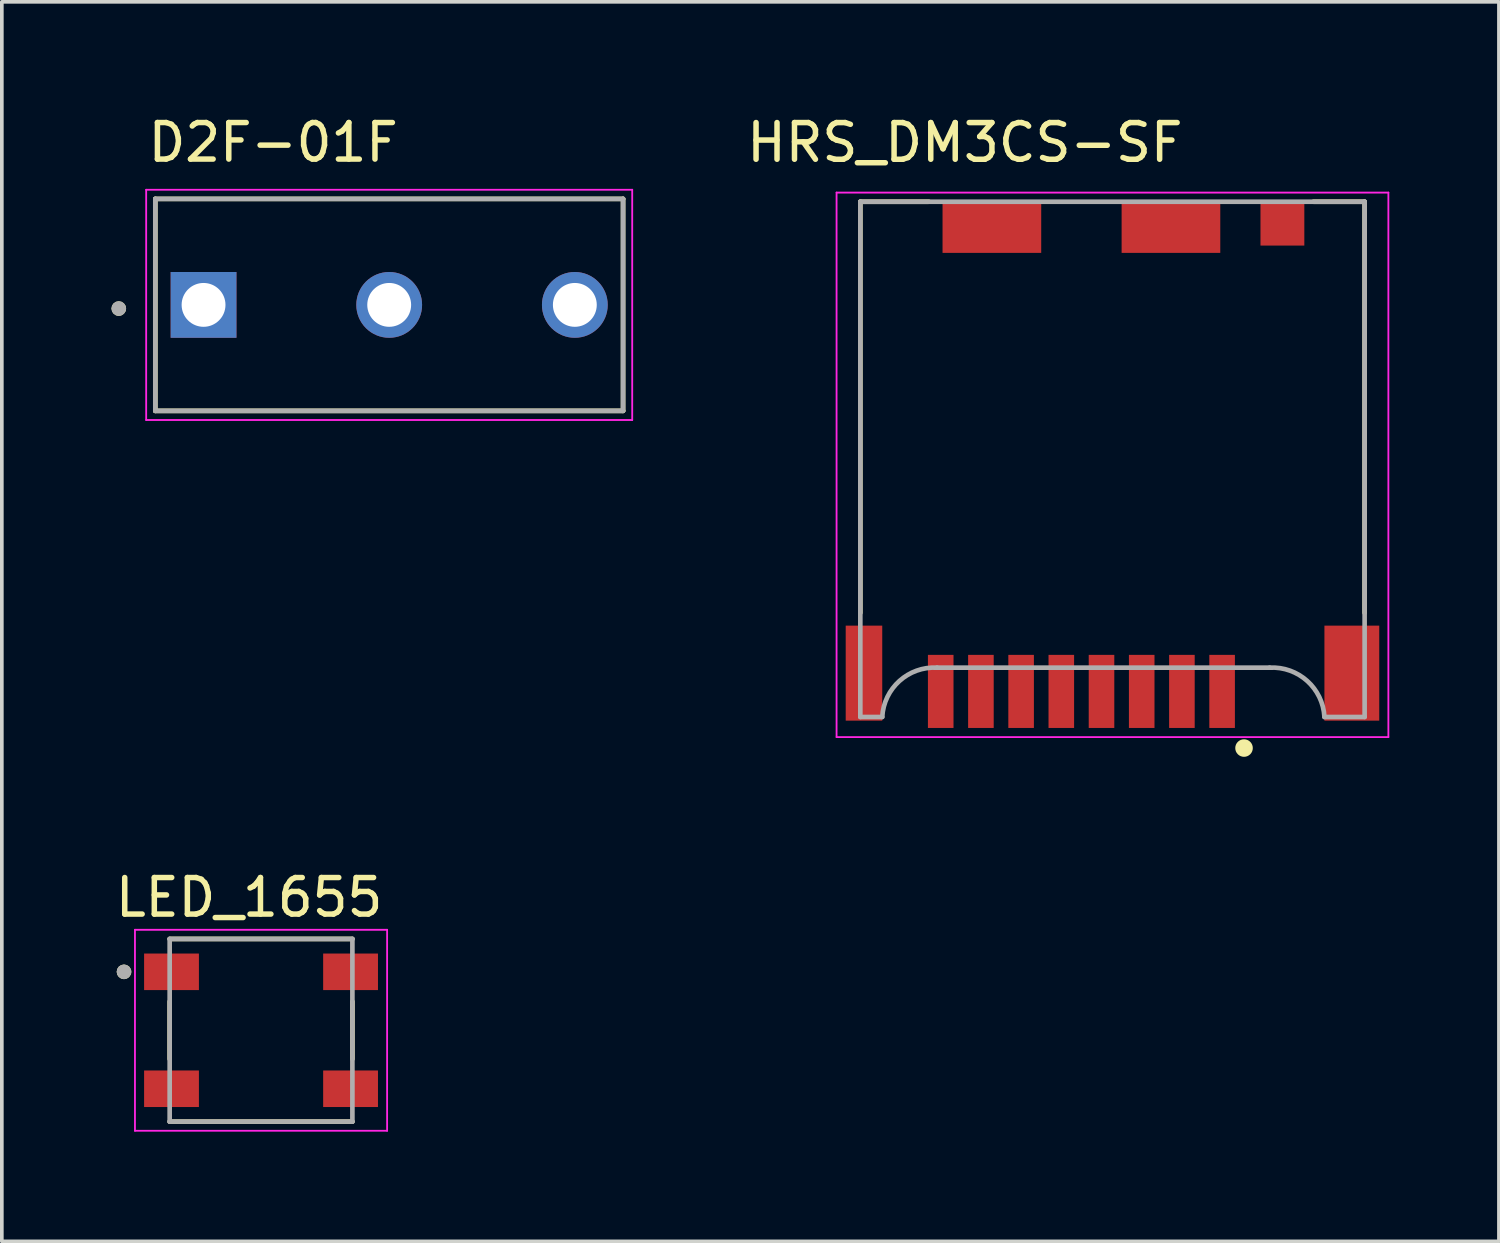
<source format=kicad_pcb>
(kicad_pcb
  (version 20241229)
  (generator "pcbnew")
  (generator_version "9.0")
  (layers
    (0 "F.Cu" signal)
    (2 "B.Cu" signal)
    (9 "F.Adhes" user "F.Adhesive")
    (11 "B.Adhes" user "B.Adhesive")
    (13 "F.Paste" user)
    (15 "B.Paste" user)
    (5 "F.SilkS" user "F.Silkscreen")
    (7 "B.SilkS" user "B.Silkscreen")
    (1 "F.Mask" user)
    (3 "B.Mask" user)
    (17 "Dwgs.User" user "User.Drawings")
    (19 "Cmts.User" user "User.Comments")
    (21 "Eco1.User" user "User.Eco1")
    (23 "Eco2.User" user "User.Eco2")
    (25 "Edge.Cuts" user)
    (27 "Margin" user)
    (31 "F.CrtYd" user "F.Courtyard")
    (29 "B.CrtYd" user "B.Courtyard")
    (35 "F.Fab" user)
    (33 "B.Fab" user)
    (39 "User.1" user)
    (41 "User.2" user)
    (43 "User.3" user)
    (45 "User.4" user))
  (footprint "D2F-01F"
    (layer "F.Cu")
    (at 7.6 5.293)
    (property "Reference" "D2F-01F" (at -3.175 -4.445 0) (layer "F.SilkS") (effects (font (size 1 1) (thickness 0.15))))
    (attr through_hole)
    (fp_line (start -6.4 -2.9) (end 6.4 -2.9) (stroke (width 0.127) (type solid)) (layer "F.SilkS"))
    (fp_line (start -6.4 2.9) (end -6.4 -2.9) (stroke (width 0.127) (type solid)) (layer "F.SilkS"))
    (fp_line (start 6.4 -2.9) (end 6.4 2.9) (stroke (width 0.127) (type solid)) (layer "F.SilkS"))
    (fp_line (start 6.4 2.9) (end -6.4 2.9) (stroke (width 0.127) (type solid)) (layer "F.SilkS"))
    (fp_circle (center -7.4 0.1) (end -7.3 0.1) (stroke (width 0.2) (type solid)) (fill no) (layer "F.SilkS"))
    (fp_line (start -6.65 -3.15) (end 6.65 -3.15) (stroke (width 0.05) (type solid)) (layer "F.CrtYd"))
    (fp_line (start -6.65 3.15) (end -6.65 -3.15) (stroke (width 0.05) (type solid)) (layer "F.CrtYd"))
    (fp_line (start 6.65 -3.15) (end 6.65 3.15) (stroke (width 0.05) (type solid)) (layer "F.CrtYd"))
    (fp_line (start 6.65 3.15) (end -6.65 3.15) (stroke (width 0.05) (type solid)) (layer "F.CrtYd"))
    (fp_line (start -6.4 -2.9) (end 6.4 -2.9) (stroke (width 0.127) (type solid)) (layer "F.Fab"))
    (fp_line (start -6.4 2.9) (end -6.4 -2.9) (stroke (width 0.127) (type solid)) (layer "F.Fab"))
    (fp_line (start 6.4 -2.9) (end 6.4 2.9) (stroke (width 0.127) (type solid)) (layer "F.Fab"))
    (fp_line (start 6.4 2.9) (end -6.4 2.9) (stroke (width 0.127) (type solid)) (layer "F.Fab"))
    (fp_circle (center -7.4 0.1) (end -7.3 0.1) (stroke (width 0.2) (type solid)) (fill no) (layer "F.Fab"))
    (pad "1" thru_hole rect (at -5.08 0) (size 1.8 1.8) (drill 1.2) (layers "*.Cu" "*.Mask"))
    (pad "2" thru_hole circle (at 0 0) (size 1.8 1.8) (drill 1.2) (layers "*.Cu" "*.Mask"))
    (pad "3" thru_hole circle (at 5.08 0) (size 1.8 1.8) (drill 1.2) (layers "*.Cu" "*.Mask")))
  (footprint "LED_1655"
    (layer "F.Cu")
    (at 4.093 25.143)
    (property "Reference" "LED_1655" (at -0.325 -3.635 0) (layer "F.SilkS") (effects (font (size 1 1) (thickness 0.15))))
    (attr smd)
    (fp_line (start -2.5 0.786) (end -2.5 -0.786) (stroke (width 0.127) (type solid)) (layer "F.SilkS"))
    (fp_line (start -2.5 2.5) (end 2.5 2.5) (stroke (width 0.127) (type solid)) (layer "F.SilkS"))
    (fp_line (start 2.5 -2.5) (end -2.5 -2.5) (stroke (width 0.127) (type solid)) (layer "F.SilkS"))
    (fp_line (start 2.5 0.786) (end 2.5 -0.786) (stroke (width 0.127) (type solid)) (layer "F.SilkS"))
    (fp_circle (center -3.75 -1.6) (end -3.65 -1.6) (stroke (width 0.2) (type solid)) (fill no) (layer "F.SilkS"))
    (fp_line (start -3.45 -2.75) (end 3.45 -2.75) (stroke (width 0.05) (type solid)) (layer "F.CrtYd"))
    (fp_line (start -3.45 2.75) (end -3.45 -2.75) (stroke (width 0.05) (type solid)) (layer "F.CrtYd"))
    (fp_line (start 3.45 -2.75) (end 3.45 2.75) (stroke (width 0.05) (type solid)) (layer "F.CrtYd"))
    (fp_line (start 3.45 2.75) (end -3.45 2.75) (stroke (width 0.05) (type solid)) (layer "F.CrtYd"))
    (fp_line (start -2.5 -2.5) (end -2.5 2.5) (stroke (width 0.127) (type solid)) (layer "F.Fab"))
    (fp_line (start -2.5 2.5) (end 2.5 2.5) (stroke (width 0.127) (type solid)) (layer "F.Fab"))
    (fp_line (start 2.5 -2.5) (end -2.5 -2.5) (stroke (width 0.127) (type solid)) (layer "F.Fab"))
    (fp_line (start 2.5 2.5) (end 2.5 -2.5) (stroke (width 0.127) (type solid)) (layer "F.Fab"))
    (fp_circle (center -3.75 -1.6) (end -3.65 -1.6) (stroke (width 0.2) (type solid)) (fill no) (layer "F.Fab"))
    (pad "1" smd rect (at -2.45 -1.6) (size 1.5 1) (layers "F.Cu" "F.Mask" "F.Paste"))
    (pad "2" smd rect (at -2.45 1.6) (size 1.5 1) (layers "F.Cu" "F.Mask" "F.Paste"))
    (pad "3" smd rect (at 2.45 1.6) (size 1.5 1) (layers "F.Cu" "F.Mask" "F.Paste"))
    (pad "4" smd rect (at 2.45 -1.6) (size 1.5 1) (layers "F.Cu" "F.Mask" "F.Paste")))
  (footprint "HRS_DM3CS-SF"
    (layer "F.Cu")
    (at 27.192 9.52)
    (property "Reference" "HRS_DM3CS-SF" (at -3.84 -8.669 0) (layer "F.SilkS") (effects (font (size 1.004 1.004) (thickness 0.15))))
    (attr smd)
    (fp_line (start -6.7 -7.05) (end -4.826 -7.05) (stroke (width 0.127) (type solid)) (layer "F.SilkS"))
    (fp_line (start -6.7 4.2) (end -6.7 -7.05) (stroke (width 0.127) (type solid)) (layer "F.SilkS"))
    (fp_line (start 7.1 -7.05) (end 5.7 -7.05) (stroke (width 0.127) (type solid)) (layer "F.SilkS"))
    (fp_line (start 7.1 -7.05) (end 7.1 4.2) (stroke (width 0.127) (type solid)) (layer "F.SilkS"))
    (fp_circle (center 3.8 7.9) (end 3.92 7.9) (stroke (width 0.24) (type solid)) (fill no) (layer "F.SilkS"))
    (fp_line (start -7.35 -7.3) (end -7.35 7.6) (stroke (width 0.05) (type solid)) (layer "F.CrtYd"))
    (fp_line (start -7.35 7.6) (end 7.75 7.6) (stroke (width 0.05) (type solid)) (layer "F.CrtYd"))
    (fp_line (start 7.75 -7.3) (end -7.35 -7.3) (stroke (width 0.05) (type solid)) (layer "F.CrtYd"))
    (fp_line (start 7.75 7.6) (end 7.75 -7.3) (stroke (width 0.05) (type solid)) (layer "F.CrtYd"))
    (fp_line (start -6.7 -7.05) (end 7.1 -7.05) (stroke (width 0.127) (type solid)) (layer "F.Fab"))
    (fp_line (start -6.7 7.05) (end -6.7 -7.05) (stroke (width 0.127) (type solid)) (layer "F.Fab"))
    (fp_line (start -6.1 7.05) (end -6.7 7.05) (stroke (width 0.127) (type solid)) (layer "F.Fab"))
    (fp_line (start 4.5 5.7) (end -4.6 5.7) (stroke (width 0.127) (type solid)) (layer "F.Fab"))
    (fp_line (start 7.1 -7.05) (end 7.1 7.05) (stroke (width 0.127) (type solid)) (layer "F.Fab"))
    (fp_line (start 7.1 7.05) (end 6 7.05) (stroke (width 0.127) (type solid)) (layer "F.Fab"))
    (fp_arc (start -6.1 7.05) (mid -5.629594 6.06434) (end -4.6 5.7) (stroke (width 0.127) (type solid)) (layer "F.Fab"))
    (fp_arc (start 4.5 5.7) (mid 5.529594 6.06434) (end 6 7.05) (stroke (width 0.127) (type solid)) (layer "F.Fab"))
    (pad "1" smd rect (at 3.2 6.35) (size 0.7 2) (layers "F.Cu" "F.Mask" "F.Paste"))
    (pad "2" smd rect (at 2.1 6.35) (size 0.7 2) (layers "F.Cu" "F.Mask" "F.Paste"))
    (pad "3" smd rect (at 1 6.35) (size 0.7 2) (layers "F.Cu" "F.Mask" "F.Paste"))
    (pad "4" smd rect (at -0.1 6.35) (size 0.7 2) (layers "F.Cu" "F.Mask" "F.Paste"))
    (pad "5" smd rect (at -1.2 6.35) (size 0.7 2) (layers "F.Cu" "F.Mask" "F.Paste"))
    (pad "6" smd rect (at -2.3 6.35) (size 0.7 2) (layers "F.Cu" "F.Mask" "F.Paste"))
    (pad "7" smd rect (at -3.4 6.35) (size 0.7 2) (layers "F.Cu" "F.Mask" "F.Paste"))
    (pad "8" smd rect (at -4.5 6.35) (size 0.7 2) (layers "F.Cu" "F.Mask" "F.Paste"))
    (pad "9" smd rect (at 1.8 -6.35) (size 2.7 1.4) (layers "F.Cu" "F.Mask" "F.Paste"))
    (pad "S1" smd rect (at -6.6 5.85) (size 1 2.6) (layers "F.Cu" "F.Mask" "F.Paste"))
    (pad "S2" smd rect (at 6.75 5.85) (size 1.5 2.6) (layers "F.Cu" "F.Mask" "F.Paste"))
    (pad "S3" smd rect (at -3.1 -6.35) (size 2.7 1.4) (layers "F.Cu" "F.Mask" "F.Paste"))
    (pad "S5" smd rect (at 4.85 -6.45) (size 1.2 1.2) (layers "F.Cu" "F.Mask" "F.Paste"))
    (zone (net_name "") (layer "F.Cu") (hatch full 0.508) (connect_pads) (min_thickness 0.01) (filled_areas_thickness no) (keepout (tracks not_allowed) (vias not_allowed) (pads not_allowed) (copperpour not_allowed) (footprints allowed)) (placement (enabled no)) (fill) (polygon (pts (xy 20.28 10.27) (xy 20.892 10.27) (xy 20.892 14.078) (xy 20.28 14.078))))
    (zone (net_name "") (layer "F.Cu") (hatch full 0.508) (connect_pads) (min_thickness 0.01) (filled_areas_thickness no) (keepout (tracks not_allowed) (vias not_allowed) (pads not_allowed) (copperpour not_allowed) (footprints allowed)) (placement (enabled no)) (fill) (polygon (pts (xy 22.139 5.37) (xy 30.942 5.37) (xy 30.942 7.869) (xy 22.139 7.869))))
    (zone (net_name "") (layer "F.Cu") (hatch full 0.508) (connect_pads) (min_thickness 0.01) (filled_areas_thickness no) (keepout (tracks not_allowed) (vias not_allowed) (pads not_allowed) (copperpour not_allowed) (footprints allowed)) (placement (enabled no)) (fill) (polygon (pts (xy 33.902 10.27) (xy 34.492 10.27) (xy 34.492 14.077) (xy 33.902 14.077))))
    (zone (net_name "") (layers "F.Cu" "B.Cu") (hatch full 0.508) (connect_pads) (min_thickness 0.01) (filled_areas_thickness no) (keepout (tracks allowed) (vias not_allowed) (pads allowed) (copperpour allowed) (footprints allowed)) (placement (enabled no)) (fill) (polygon (pts (xy 20.28 10.27) (xy 20.892 10.27) (xy 20.892 14.078) (xy 20.28 14.078))))
    (zone (net_name "") (layers "F.Cu" "B.Cu") (hatch full 0.508) (connect_pads) (min_thickness 0.01) (filled_areas_thickness no) (keepout (tracks allowed) (vias not_allowed) (pads allowed) (copperpour allowed) (footprints allowed)) (placement (enabled no)) (fill) (polygon (pts (xy 22.141 5.37) (xy 30.942 5.37) (xy 30.942 7.87) (xy 22.141 7.87))))
    (zone (net_name "") (layers "F.Cu" "B.Cu") (hatch full 0.508) (connect_pads) (min_thickness 0.01) (filled_areas_thickness no) (keepout (tracks allowed) (vias not_allowed) (pads allowed) (copperpour allowed) (footprints allowed)) (placement (enabled no)) (fill) (polygon (pts (xy 33.904 10.27) (xy 34.492 10.27) (xy 34.492 14.078) (xy 33.904 14.078)))))
  (gr_rect
    (start -3 -3)
    (end 37.967 30.918)
    (stroke (width 0.1) (type default))
    (fill no)
    (layer "Edge.Cuts")))
</source>
